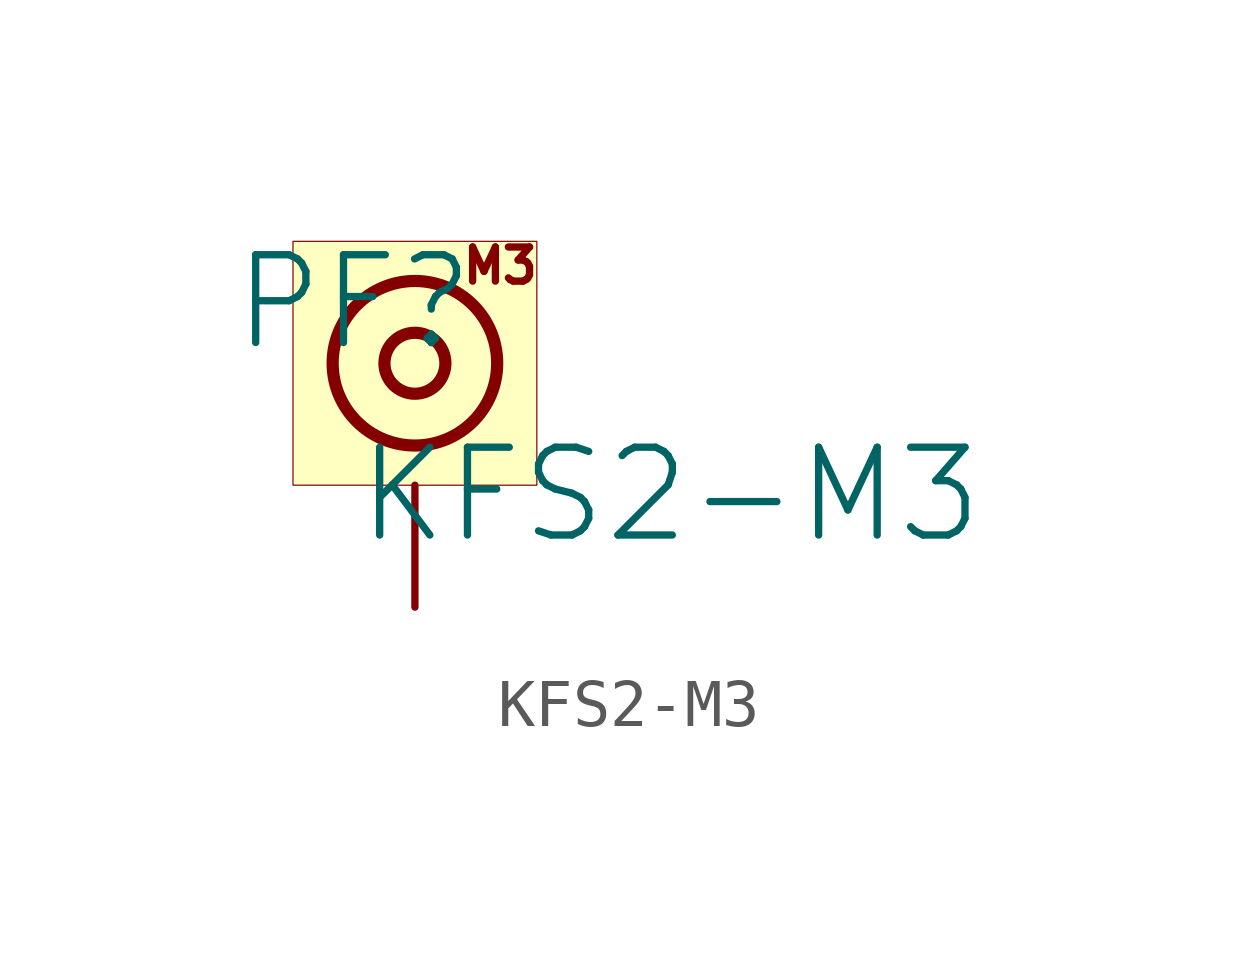
<source format=kicad_sym>
(kicad_symbol_lib
  (version 20231120)
  (generator "kicad_symbol_editor")
  (generator_version "8.0")
  (symbol "KFS2-M3"
    (property "Reference" "PF"
      (at -1.27 1.27 0)
      (effects (font (size 1.829 1.829))))
    (property "Value" "KFS2-M3"
      (at -1.27 -3.81 0)
      (effects (font (size 1.829 1.829)) (justify left bottom)))
    (symbol "KFS2-M3_1_0"
      (circle (center 0 0) (radius 0.635) (stroke (width 0.254) (type solid)) (fill (type none)))
      (circle (center 0 0) (radius 1.714) (stroke (width 0.254) (type solid)) (fill (type none)))
      (rectangle (start 2.54 2.54) (end -2.54 -2.54) (stroke (width 0.025) (type solid) (color 128 0 0 1)) (fill (type background)))
      (text "M3" (at 1.778 2.032 0) (effects (font (size 0.711 0.711))))
      (pin passive line (at 0 -5.08 90) (length 2.54) (name "PF" (effects (font (size 0 0)))) (number "PF" (effects (font (size 0 0))))))))
</source>
